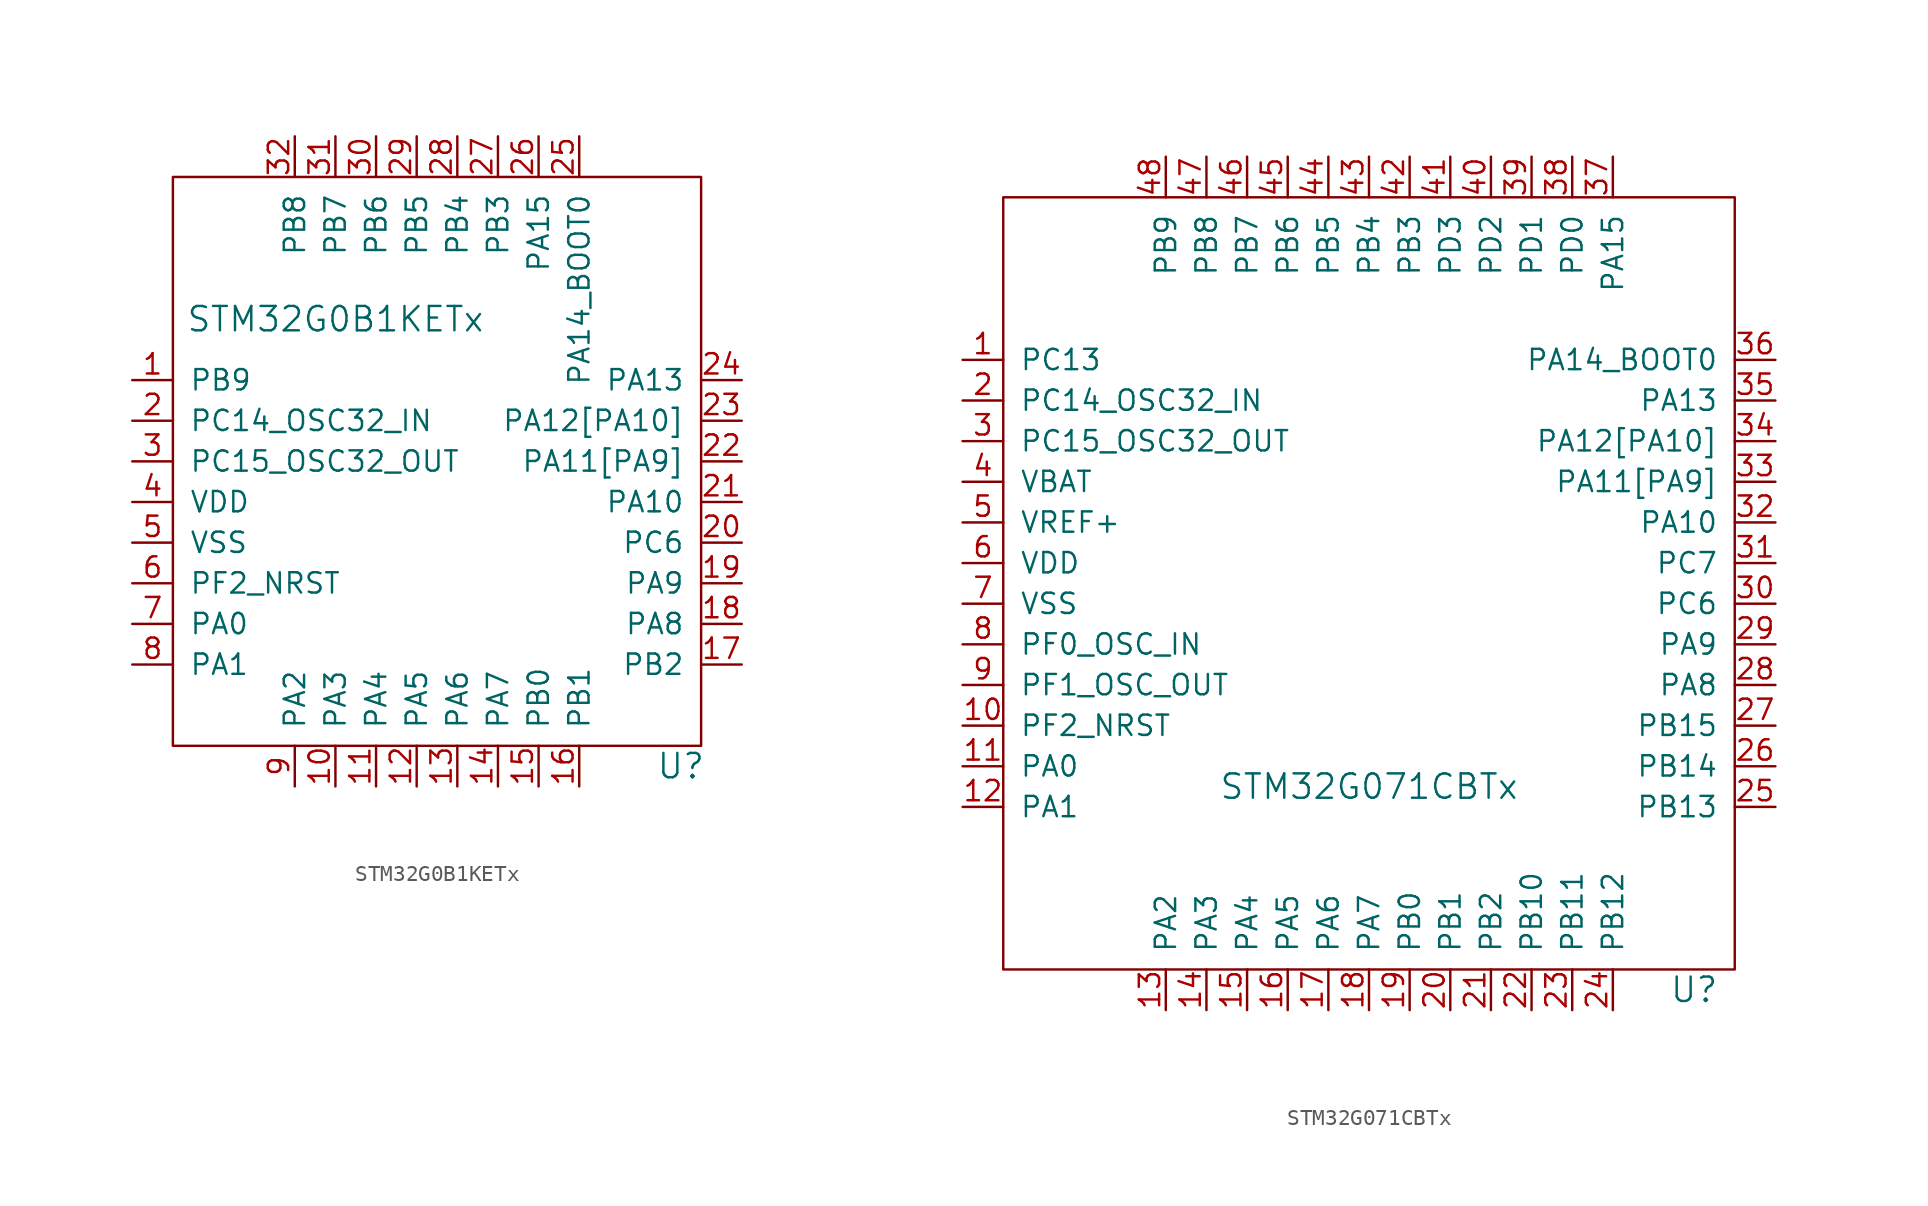
<source format=kicad_sym>
(kicad_symbol_lib
  (version 20220914)
  (generator kicad_symbol_editor)
  (symbol "STM32G0B1KETx"
    (pin_names
      (offset 1.016))
    (property "Reference" "U"
      (at 31.75 -36.83 0)
      (effects (font (size 1.524 1.524))))
    (property "Value" "STM32G0B1KETx"
      (at 10.16 -8.89 0)
      (effects (font (size 1.524 1.524))))
    (symbol "STM32G0B1KETx_0_1"
      (rectangle (start 0 0) (end 33.02 -35.56) (stroke (width 0) (type default)) (fill (type none))))
    (symbol "STM32G0B1KETx_1_1"
      (pin bidirectional line (at -2.54 -12.7 0) (length 2.54) (name "PB9" (effects (font (size 1.27 1.27)))) (number "1" (effects (font (size 1.27 1.27)))))
      (pin bidirectional line (at 10.16 -38.1 90) (length 2.54) (name "PA3" (effects (font (size 1.27 1.27)))) (number "10" (effects (font (size 1.27 1.27)))))
      (pin bidirectional line (at 12.7 -38.1 90) (length 2.54) (name "PA4" (effects (font (size 1.27 1.27)))) (number "11" (effects (font (size 1.27 1.27)))))
      (pin bidirectional line (at 15.24 -38.1 90) (length 2.54) (name "PA5" (effects (font (size 1.27 1.27)))) (number "12" (effects (font (size 1.27 1.27)))))
      (pin bidirectional line (at 17.78 -38.1 90) (length 2.54) (name "PA6" (effects (font (size 1.27 1.27)))) (number "13" (effects (font (size 1.27 1.27)))))
      (pin bidirectional line (at 20.32 -38.1 90) (length 2.54) (name "PA7" (effects (font (size 1.27 1.27)))) (number "14" (effects (font (size 1.27 1.27)))))
      (pin bidirectional line (at 22.86 -38.1 90) (length 2.54) (name "PB0" (effects (font (size 1.27 1.27)))) (number "15" (effects (font (size 1.27 1.27)))))
      (pin bidirectional line (at 25.4 -38.1 90) (length 2.54) (name "PB1" (effects (font (size 1.27 1.27)))) (number "16" (effects (font (size 1.27 1.27)))))
      (pin bidirectional line (at 35.56 -30.48 180) (length 2.54) (name "PB2" (effects (font (size 1.27 1.27)))) (number "17" (effects (font (size 1.27 1.27)))))
      (pin bidirectional line (at 35.56 -27.94 180) (length 2.54) (name "PA8" (effects (font (size 1.27 1.27)))) (number "18" (effects (font (size 1.27 1.27)))))
      (pin bidirectional line (at 35.56 -25.4 180) (length 2.54) (name "PA9" (effects (font (size 1.27 1.27)))) (number "19" (effects (font (size 1.27 1.27)))))
      (pin bidirectional line (at -2.54 -15.24 0) (length 2.54) (name "PC14_OSC32_IN" (effects (font (size 1.27 1.27)))) (number "2" (effects (font (size 1.27 1.27)))))
      (pin bidirectional line (at 35.56 -22.86 180) (length 2.54) (name "PC6" (effects (font (size 1.27 1.27)))) (number "20" (effects (font (size 1.27 1.27)))))
      (pin bidirectional line (at 35.56 -20.32 180) (length 2.54) (name "PA10" (effects (font (size 1.27 1.27)))) (number "21" (effects (font (size 1.27 1.27)))))
      (pin bidirectional line (at 35.56 -17.78 180) (length 2.54) (name "PA11[PA9]" (effects (font (size 1.27 1.27)))) (number "22" (effects (font (size 1.27 1.27)))))
      (pin bidirectional line (at 35.56 -15.24 180) (length 2.54) (name "PA12[PA10]" (effects (font (size 1.27 1.27)))) (number "23" (effects (font (size 1.27 1.27)))))
      (pin bidirectional line (at 35.56 -12.7 180) (length 2.54) (name "PA13" (effects (font (size 1.27 1.27)))) (number "24" (effects (font (size 1.27 1.27)))))
      (pin bidirectional line (at 25.4 2.54 270) (length 2.54) (name "PA14_BOOT0" (effects (font (size 1.27 1.27)))) (number "25" (effects (font (size 1.27 1.27)))))
      (pin bidirectional line (at 22.86 2.54 270) (length 2.54) (name "PA15" (effects (font (size 1.27 1.27)))) (number "26" (effects (font (size 1.27 1.27)))))
      (pin bidirectional line (at 20.32 2.54 270) (length 2.54) (name "PB3" (effects (font (size 1.27 1.27)))) (number "27" (effects (font (size 1.27 1.27)))))
      (pin bidirectional line (at 17.78 2.54 270) (length 2.54) (name "PB4" (effects (font (size 1.27 1.27)))) (number "28" (effects (font (size 1.27 1.27)))))
      (pin bidirectional line (at 15.24 2.54 270) (length 2.54) (name "PB5" (effects (font (size 1.27 1.27)))) (number "29" (effects (font (size 1.27 1.27)))))
      (pin bidirectional line (at -2.54 -17.78 0) (length 2.54) (name "PC15_OSC32_OUT" (effects (font (size 1.27 1.27)))) (number "3" (effects (font (size 1.27 1.27)))))
      (pin bidirectional line (at 12.7 2.54 270) (length 2.54) (name "PB6" (effects (font (size 1.27 1.27)))) (number "30" (effects (font (size 1.27 1.27)))))
      (pin bidirectional line (at 10.16 2.54 270) (length 2.54) (name "PB7" (effects (font (size 1.27 1.27)))) (number "31" (effects (font (size 1.27 1.27)))))
      (pin bidirectional line (at 7.62 2.54 270) (length 2.54) (name "PB8" (effects (font (size 1.27 1.27)))) (number "32" (effects (font (size 1.27 1.27)))))
      (pin power_in line (at -2.54 -20.32 0) (length 2.54) (name "VDD" (effects (font (size 1.27 1.27)))) (number "4" (effects (font (size 1.27 1.27)))))
      (pin power_in line (at -2.54 -22.86 0) (length 2.54) (name "VSS" (effects (font (size 1.27 1.27)))) (number "5" (effects (font (size 1.27 1.27)))))
      (pin bidirectional line (at -2.54 -25.4 0) (length 2.54) (name "PF2_NRST" (effects (font (size 1.27 1.27)))) (number "6" (effects (font (size 1.27 1.27)))))
      (pin bidirectional line (at -2.54 -27.94 0) (length 2.54) (name "PA0" (effects (font (size 1.27 1.27)))) (number "7" (effects (font (size 1.27 1.27)))))
      (pin bidirectional line (at -2.54 -30.48 0) (length 2.54) (name "PA1" (effects (font (size 1.27 1.27)))) (number "8" (effects (font (size 1.27 1.27)))))
      (pin bidirectional line (at 7.62 -38.1 90) (length 2.54) (name "PA2" (effects (font (size 1.27 1.27)))) (number "9" (effects (font (size 1.27 1.27)))))))
  (symbol "STM32G071CBTx"
    (pin_names
      (offset 1.016))
    (property "Reference" "U"
      (at 43.18 -49.53 0)
      (effects (font (size 1.524 1.524))))
    (property "Value" "STM32G071CBTx"
      (at 22.86 -36.83 0)
      (effects (font (size 1.524 1.524))))
    (symbol "STM32G071CBTx_0_1"
      (rectangle (start 0 0) (end 45.72 -48.26) (stroke (width 0) (type default)) (fill (type none))))
    (symbol "STM32G071CBTx_1_1"
      (pin bidirectional line (at -2.54 -10.16 0) (length 2.54) (name "PC13" (effects (font (size 1.27 1.27)))) (number "1" (effects (font (size 1.27 1.27)))))
      (pin bidirectional line (at -2.54 -33.02 0) (length 2.54) (name "PF2_NRST" (effects (font (size 1.27 1.27)))) (number "10" (effects (font (size 1.27 1.27)))))
      (pin bidirectional line (at -2.54 -35.56 0) (length 2.54) (name "PA0" (effects (font (size 1.27 1.27)))) (number "11" (effects (font (size 1.27 1.27)))))
      (pin bidirectional line (at -2.54 -38.1 0) (length 2.54) (name "PA1" (effects (font (size 1.27 1.27)))) (number "12" (effects (font (size 1.27 1.27)))))
      (pin bidirectional line (at 10.16 -50.8 90) (length 2.54) (name "PA2" (effects (font (size 1.27 1.27)))) (number "13" (effects (font (size 1.27 1.27)))))
      (pin bidirectional line (at 12.7 -50.8 90) (length 2.54) (name "PA3" (effects (font (size 1.27 1.27)))) (number "14" (effects (font (size 1.27 1.27)))))
      (pin bidirectional line (at 15.24 -50.8 90) (length 2.54) (name "PA4" (effects (font (size 1.27 1.27)))) (number "15" (effects (font (size 1.27 1.27)))))
      (pin bidirectional line (at 17.78 -50.8 90) (length 2.54) (name "PA5" (effects (font (size 1.27 1.27)))) (number "16" (effects (font (size 1.27 1.27)))))
      (pin bidirectional line (at 20.32 -50.8 90) (length 2.54) (name "PA6" (effects (font (size 1.27 1.27)))) (number "17" (effects (font (size 1.27 1.27)))))
      (pin bidirectional line (at 22.86 -50.8 90) (length 2.54) (name "PA7" (effects (font (size 1.27 1.27)))) (number "18" (effects (font (size 1.27 1.27)))))
      (pin bidirectional line (at 25.4 -50.8 90) (length 2.54) (name "PB0" (effects (font (size 1.27 1.27)))) (number "19" (effects (font (size 1.27 1.27)))))
      (pin bidirectional line (at -2.54 -12.7 0) (length 2.54) (name "PC14_OSC32_IN" (effects (font (size 1.27 1.27)))) (number "2" (effects (font (size 1.27 1.27)))))
      (pin bidirectional line (at 27.94 -50.8 90) (length 2.54) (name "PB1" (effects (font (size 1.27 1.27)))) (number "20" (effects (font (size 1.27 1.27)))))
      (pin bidirectional line (at 30.48 -50.8 90) (length 2.54) (name "PB2" (effects (font (size 1.27 1.27)))) (number "21" (effects (font (size 1.27 1.27)))))
      (pin bidirectional line (at 33.02 -50.8 90) (length 2.54) (name "PB10" (effects (font (size 1.27 1.27)))) (number "22" (effects (font (size 1.27 1.27)))))
      (pin bidirectional line (at 35.56 -50.8 90) (length 2.54) (name "PB11" (effects (font (size 1.27 1.27)))) (number "23" (effects (font (size 1.27 1.27)))))
      (pin bidirectional line (at 38.1 -50.8 90) (length 2.54) (name "PB12" (effects (font (size 1.27 1.27)))) (number "24" (effects (font (size 1.27 1.27)))))
      (pin bidirectional line (at 48.26 -38.1 180) (length 2.54) (name "PB13" (effects (font (size 1.27 1.27)))) (number "25" (effects (font (size 1.27 1.27)))))
      (pin bidirectional line (at 48.26 -35.56 180) (length 2.54) (name "PB14" (effects (font (size 1.27 1.27)))) (number "26" (effects (font (size 1.27 1.27)))))
      (pin bidirectional line (at 48.26 -33.02 180) (length 2.54) (name "PB15" (effects (font (size 1.27 1.27)))) (number "27" (effects (font (size 1.27 1.27)))))
      (pin bidirectional line (at 48.26 -30.48 180) (length 2.54) (name "PA8" (effects (font (size 1.27 1.27)))) (number "28" (effects (font (size 1.27 1.27)))))
      (pin bidirectional line (at 48.26 -27.94 180) (length 2.54) (name "PA9" (effects (font (size 1.27 1.27)))) (number "29" (effects (font (size 1.27 1.27)))))
      (pin bidirectional line (at -2.54 -15.24 0) (length 2.54) (name "PC15_OSC32_OUT" (effects (font (size 1.27 1.27)))) (number "3" (effects (font (size 1.27 1.27)))))
      (pin bidirectional line (at 48.26 -25.4 180) (length 2.54) (name "PC6" (effects (font (size 1.27 1.27)))) (number "30" (effects (font (size 1.27 1.27)))))
      (pin bidirectional line (at 48.26 -22.86 180) (length 2.54) (name "PC7" (effects (font (size 1.27 1.27)))) (number "31" (effects (font (size 1.27 1.27)))))
      (pin bidirectional line (at 48.26 -20.32 180) (length 2.54) (name "PA10" (effects (font (size 1.27 1.27)))) (number "32" (effects (font (size 1.27 1.27)))))
      (pin bidirectional line (at 48.26 -17.78 180) (length 2.54) (name "PA11[PA9]" (effects (font (size 1.27 1.27)))) (number "33" (effects (font (size 1.27 1.27)))))
      (pin bidirectional line (at 48.26 -15.24 180) (length 2.54) (name "PA12[PA10]" (effects (font (size 1.27 1.27)))) (number "34" (effects (font (size 1.27 1.27)))))
      (pin bidirectional line (at 48.26 -12.7 180) (length 2.54) (name "PA13" (effects (font (size 1.27 1.27)))) (number "35" (effects (font (size 1.27 1.27)))))
      (pin bidirectional line (at 48.26 -10.16 180) (length 2.54) (name "PA14_BOOT0" (effects (font (size 1.27 1.27)))) (number "36" (effects (font (size 1.27 1.27)))))
      (pin bidirectional line (at 38.1 2.54 270) (length 2.54) (name "PA15" (effects (font (size 1.27 1.27)))) (number "37" (effects (font (size 1.27 1.27)))))
      (pin bidirectional line (at 35.56 2.54 270) (length 2.54) (name "PD0" (effects (font (size 1.27 1.27)))) (number "38" (effects (font (size 1.27 1.27)))))
      (pin bidirectional line (at 33.02 2.54 270) (length 2.54) (name "PD1" (effects (font (size 1.27 1.27)))) (number "39" (effects (font (size 1.27 1.27)))))
      (pin power_in line (at -2.54 -17.78 0) (length 2.54) (name "VBAT" (effects (font (size 1.27 1.27)))) (number "4" (effects (font (size 1.27 1.27)))))
      (pin bidirectional line (at 30.48 2.54 270) (length 2.54) (name "PD2" (effects (font (size 1.27 1.27)))) (number "40" (effects (font (size 1.27 1.27)))))
      (pin bidirectional line (at 27.94 2.54 270) (length 2.54) (name "PD3" (effects (font (size 1.27 1.27)))) (number "41" (effects (font (size 1.27 1.27)))))
      (pin bidirectional line (at 25.4 2.54 270) (length 2.54) (name "PB3" (effects (font (size 1.27 1.27)))) (number "42" (effects (font (size 1.27 1.27)))))
      (pin bidirectional line (at 22.86 2.54 270) (length 2.54) (name "PB4" (effects (font (size 1.27 1.27)))) (number "43" (effects (font (size 1.27 1.27)))))
      (pin bidirectional line (at 20.32 2.54 270) (length 2.54) (name "PB5" (effects (font (size 1.27 1.27)))) (number "44" (effects (font (size 1.27 1.27)))))
      (pin bidirectional line (at 17.78 2.54 270) (length 2.54) (name "PB6" (effects (font (size 1.27 1.27)))) (number "45" (effects (font (size 1.27 1.27)))))
      (pin bidirectional line (at 15.24 2.54 270) (length 2.54) (name "PB7" (effects (font (size 1.27 1.27)))) (number "46" (effects (font (size 1.27 1.27)))))
      (pin bidirectional line (at 12.7 2.54 270) (length 2.54) (name "PB8" (effects (font (size 1.27 1.27)))) (number "47" (effects (font (size 1.27 1.27)))))
      (pin bidirectional line (at 10.16 2.54 270) (length 2.54) (name "PB9" (effects (font (size 1.27 1.27)))) (number "48" (effects (font (size 1.27 1.27)))))
      (pin passive line (at -2.54 -20.32 0) (length 2.54) (name "VREF+" (effects (font (size 1.27 1.27)))) (number "5" (effects (font (size 1.27 1.27)))))
      (pin power_in line (at -2.54 -22.86 0) (length 2.54) (name "VDD" (effects (font (size 1.27 1.27)))) (number "6" (effects (font (size 1.27 1.27)))))
      (pin power_in line (at -2.54 -25.4 0) (length 2.54) (name "VSS" (effects (font (size 1.27 1.27)))) (number "7" (effects (font (size 1.27 1.27)))))
      (pin bidirectional line (at -2.54 -27.94 0) (length 2.54) (name "PF0_OSC_IN" (effects (font (size 1.27 1.27)))) (number "8" (effects (font (size 1.27 1.27)))))
      (pin bidirectional line (at -2.54 -30.48 0) (length 2.54) (name "PF1_OSC_OUT" (effects (font (size 1.27 1.27)))) (number "9" (effects (font (size 1.27 1.27))))))))
</source>
